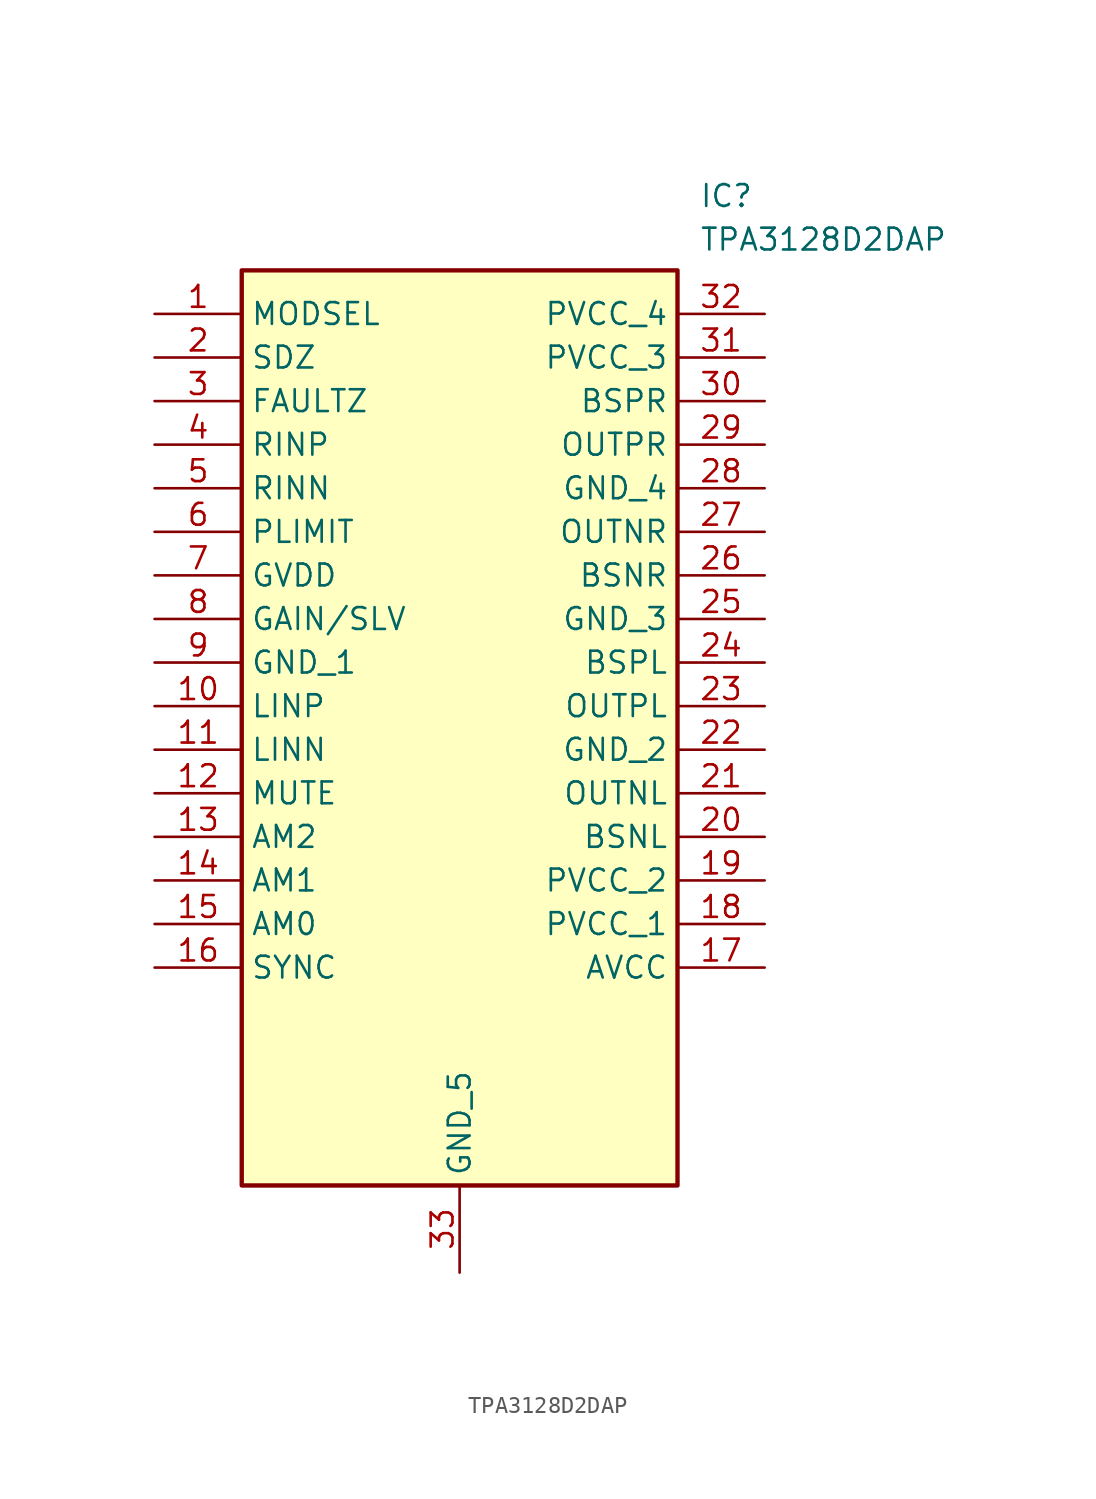
<source format=kicad_sym>
(kicad_symbol_lib
  (version 20211014)
  (generator SamacSys_ECAD_Model)
  (symbol "TPA3128D2DAP"
    (property "Reference" "IC"
      (at 31.75 7.62 0)
      (effects (font (size 1.27 1.27)) (justify left top)))
    (property "Value" "TPA3128D2DAP"
      (at 31.75 5.08 0)
      (effects (font (size 1.27 1.27)) (justify left top)))
    (rectangle
      (start 5.08 2.54)
      (end 30.48 -50.8)
      (stroke (width 0.254) (type default))
      (fill (type background)))
    (pin passive line
      (at 0 0 0)
      (length 5.08)
      (name "MODSEL" (effects (font (size 1.27 1.27))))
      (number "1" (effects (font (size 1.27 1.27)))))
    (pin passive line
      (at 0 -2.54 0)
      (length 5.08)
      (name "SDZ" (effects (font (size 1.27 1.27))))
      (number "2" (effects (font (size 1.27 1.27)))))
    (pin passive line
      (at 0 -5.08 0)
      (length 5.08)
      (name "FAULTZ" (effects (font (size 1.27 1.27))))
      (number "3" (effects (font (size 1.27 1.27)))))
    (pin passive line
      (at 0 -7.62 0)
      (length 5.08)
      (name "RINP" (effects (font (size 1.27 1.27))))
      (number "4" (effects (font (size 1.27 1.27)))))
    (pin passive line
      (at 0 -10.16 0)
      (length 5.08)
      (name "RINN" (effects (font (size 1.27 1.27))))
      (number "5" (effects (font (size 1.27 1.27)))))
    (pin passive line
      (at 0 -12.7 0)
      (length 5.08)
      (name "PLIMIT" (effects (font (size 1.27 1.27))))
      (number "6" (effects (font (size 1.27 1.27)))))
    (pin passive line
      (at 0 -15.24 0)
      (length 5.08)
      (name "GVDD" (effects (font (size 1.27 1.27))))
      (number "7" (effects (font (size 1.27 1.27)))))
    (pin passive line
      (at 0 -17.78 0)
      (length 5.08)
      (name "GAIN/SLV" (effects (font (size 1.27 1.27))))
      (number "8" (effects (font (size 1.27 1.27)))))
    (pin passive line
      (at 0 -20.32 0)
      (length 5.08)
      (name "GND_1" (effects (font (size 1.27 1.27))))
      (number "9" (effects (font (size 1.27 1.27)))))
    (pin passive line
      (at 0 -22.86 0)
      (length 5.08)
      (name "LINP" (effects (font (size 1.27 1.27))))
      (number "10" (effects (font (size 1.27 1.27)))))
    (pin passive line
      (at 0 -25.4 0)
      (length 5.08)
      (name "LINN" (effects (font (size 1.27 1.27))))
      (number "11" (effects (font (size 1.27 1.27)))))
    (pin passive line
      (at 0 -27.94 0)
      (length 5.08)
      (name "MUTE" (effects (font (size 1.27 1.27))))
      (number "12" (effects (font (size 1.27 1.27)))))
    (pin passive line
      (at 0 -30.48 0)
      (length 5.08)
      (name "AM2" (effects (font (size 1.27 1.27))))
      (number "13" (effects (font (size 1.27 1.27)))))
    (pin passive line
      (at 0 -33.02 0)
      (length 5.08)
      (name "AM1" (effects (font (size 1.27 1.27))))
      (number "14" (effects (font (size 1.27 1.27)))))
    (pin passive line
      (at 0 -35.56 0)
      (length 5.08)
      (name "AM0" (effects (font (size 1.27 1.27))))
      (number "15" (effects (font (size 1.27 1.27)))))
    (pin passive line
      (at 0 -38.1 0)
      (length 5.08)
      (name "SYNC" (effects (font (size 1.27 1.27))))
      (number "16" (effects (font (size 1.27 1.27)))))
    (pin passive line
      (at 17.78 -55.88 90)
      (length 5.08)
      (name "GND_5" (effects (font (size 1.27 1.27))))
      (number "33" (effects (font (size 1.27 1.27)))))
    (pin passive line
      (at 35.56 0 180)
      (length 5.08)
      (name "PVCC_4" (effects (font (size 1.27 1.27))))
      (number "32" (effects (font (size 1.27 1.27)))))
    (pin passive line
      (at 35.56 -2.54 180)
      (length 5.08)
      (name "PVCC_3" (effects (font (size 1.27 1.27))))
      (number "31" (effects (font (size 1.27 1.27)))))
    (pin passive line
      (at 35.56 -5.08 180)
      (length 5.08)
      (name "BSPR" (effects (font (size 1.27 1.27))))
      (number "30" (effects (font (size 1.27 1.27)))))
    (pin passive line
      (at 35.56 -7.62 180)
      (length 5.08)
      (name "OUTPR" (effects (font (size 1.27 1.27))))
      (number "29" (effects (font (size 1.27 1.27)))))
    (pin passive line
      (at 35.56 -10.16 180)
      (length 5.08)
      (name "GND_4" (effects (font (size 1.27 1.27))))
      (number "28" (effects (font (size 1.27 1.27)))))
    (pin passive line
      (at 35.56 -12.7 180)
      (length 5.08)
      (name "OUTNR" (effects (font (size 1.27 1.27))))
      (number "27" (effects (font (size 1.27 1.27)))))
    (pin passive line
      (at 35.56 -15.24 180)
      (length 5.08)
      (name "BSNR" (effects (font (size 1.27 1.27))))
      (number "26" (effects (font (size 1.27 1.27)))))
    (pin passive line
      (at 35.56 -17.78 180)
      (length 5.08)
      (name "GND_3" (effects (font (size 1.27 1.27))))
      (number "25" (effects (font (size 1.27 1.27)))))
    (pin passive line
      (at 35.56 -20.32 180)
      (length 5.08)
      (name "BSPL" (effects (font (size 1.27 1.27))))
      (number "24" (effects (font (size 1.27 1.27)))))
    (pin passive line
      (at 35.56 -22.86 180)
      (length 5.08)
      (name "OUTPL" (effects (font (size 1.27 1.27))))
      (number "23" (effects (font (size 1.27 1.27)))))
    (pin passive line
      (at 35.56 -25.4 180)
      (length 5.08)
      (name "GND_2" (effects (font (size 1.27 1.27))))
      (number "22" (effects (font (size 1.27 1.27)))))
    (pin passive line
      (at 35.56 -27.94 180)
      (length 5.08)
      (name "OUTNL" (effects (font (size 1.27 1.27))))
      (number "21" (effects (font (size 1.27 1.27)))))
    (pin passive line
      (at 35.56 -30.48 180)
      (length 5.08)
      (name "BSNL" (effects (font (size 1.27 1.27))))
      (number "20" (effects (font (size 1.27 1.27)))))
    (pin passive line
      (at 35.56 -33.02 180)
      (length 5.08)
      (name "PVCC_2" (effects (font (size 1.27 1.27))))
      (number "19" (effects (font (size 1.27 1.27)))))
    (pin passive line
      (at 35.56 -35.56 180)
      (length 5.08)
      (name "PVCC_1" (effects (font (size 1.27 1.27))))
      (number "18" (effects (font (size 1.27 1.27)))))
    (pin passive line
      (at 35.56 -38.1 180)
      (length 5.08)
      (name "AVCC" (effects (font (size 1.27 1.27))))
      (number "17" (effects (font (size 1.27 1.27)))))))
</source>
